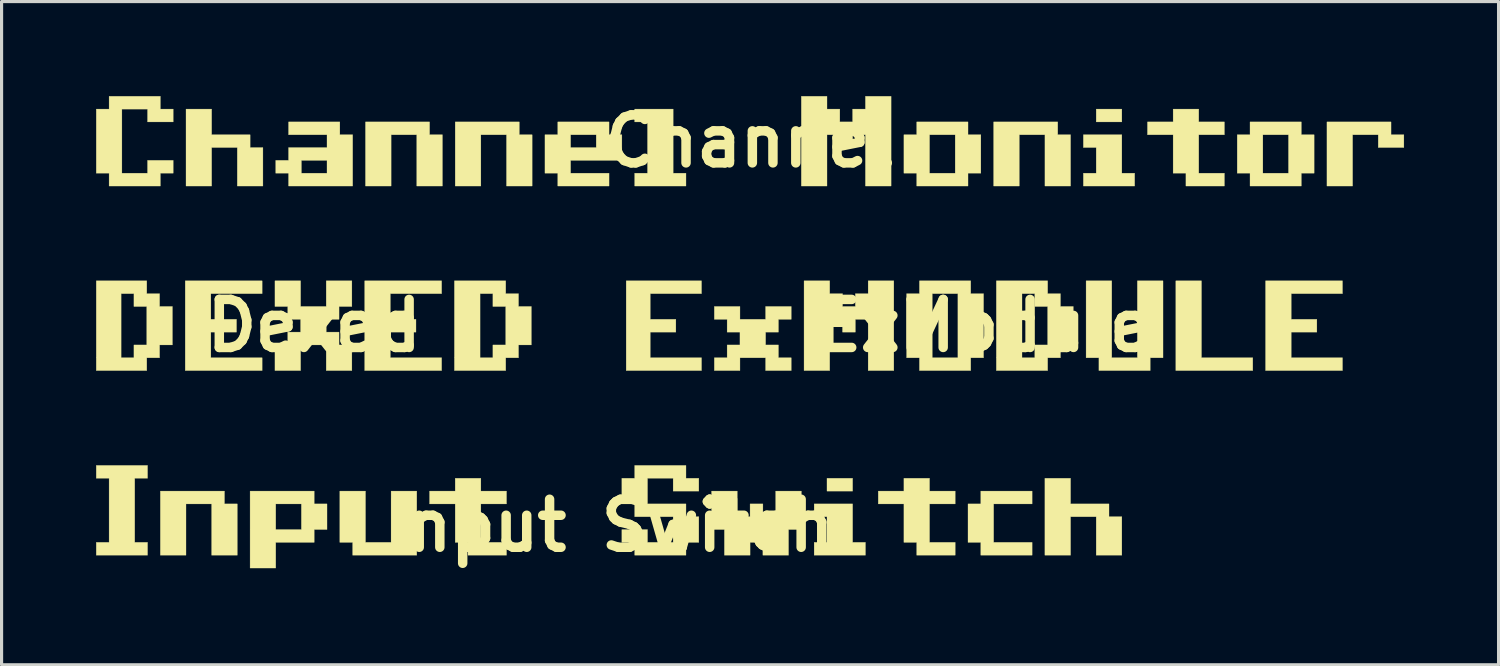
<source format=kicad_pcb>
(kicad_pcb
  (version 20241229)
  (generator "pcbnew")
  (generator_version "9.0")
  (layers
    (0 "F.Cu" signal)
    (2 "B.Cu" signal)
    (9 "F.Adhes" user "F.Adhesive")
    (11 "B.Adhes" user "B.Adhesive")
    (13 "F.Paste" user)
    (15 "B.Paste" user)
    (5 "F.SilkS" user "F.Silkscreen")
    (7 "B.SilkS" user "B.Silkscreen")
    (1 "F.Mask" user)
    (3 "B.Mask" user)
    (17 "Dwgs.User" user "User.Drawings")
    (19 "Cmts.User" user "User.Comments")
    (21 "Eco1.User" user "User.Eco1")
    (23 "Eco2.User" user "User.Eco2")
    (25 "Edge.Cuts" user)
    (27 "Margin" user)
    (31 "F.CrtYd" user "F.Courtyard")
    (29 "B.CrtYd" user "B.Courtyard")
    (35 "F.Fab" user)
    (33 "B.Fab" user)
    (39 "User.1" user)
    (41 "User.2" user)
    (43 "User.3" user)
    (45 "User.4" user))
  (footprint "Input Switch"
    (layer "F.Cu")
    (at 16.277 13.627)
    (property "Reference" "Input Switch" (at 0 0 0) (layer "F.SilkS") (effects (font (size 1.524 1.524) (thickness 0.3))))
    (attr through_hole)
    (fp_poly (pts (xy 7.729 -1.093) (xy 6.916 -1.093) (xy 6.916 -1.5) (xy 7.729 -1.5) (xy 7.729 -1.093)) (stroke (width 0.01) (type solid)) (fill yes) (layer "F.SilkS"))
    (fp_poly (pts (xy -12.204 -0.686) (xy -11.797 -0.686) (xy -11.797 0.941) (xy -12.611 0.941) (xy -12.611 -0.686) (xy -13.425 -0.686) (xy -13.425 0.941) (xy -14.238 0.941) (xy -14.238 -1.093) (xy -12.204 -1.093) (xy -12.204 -0.686)) (stroke (width 0.01) (type solid)) (fill yes) (layer "F.SilkS"))
    (fp_poly (pts (xy -7.729 0.534) (xy -6.916 0.534) (xy -6.916 -1.093) (xy -6.102 -1.093) (xy -6.102 0.941) (xy -8.136 0.941) (xy -8.136 0.534) (xy -8.543 0.534) (xy -8.543 -1.093) (xy -7.729 -1.093) (xy -7.729 0.534)) (stroke (width 0.01) (type solid)) (fill yes) (layer "F.SilkS"))
    (fp_poly (pts (xy 7.729 0.534) (xy 8.136 0.534) (xy 8.136 0.941) (xy 6.509 0.941) (xy 6.509 0.534) (xy 6.916 0.534) (xy 6.916 -0.28) (xy 6.509 -0.28) (xy 6.509 -0.686) (xy 7.729 -0.686) (xy 7.729 0.534)) (stroke (width 0.01) (type solid)) (fill yes) (layer "F.SilkS"))
    (fp_poly (pts (xy -14.645 -1.5) (xy -15.052 -1.5) (xy -15.052 0.534) (xy -14.645 0.534) (xy -14.645 0.941) (xy -16.272 0.941) (xy -16.272 0.534) (xy -15.865 0.534) (xy -15.865 -1.5) (xy -16.272 -1.5) (xy -16.272 -1.907) (xy -14.645 -1.907) (xy -14.645 -1.5)) (stroke (width 0.01) (type solid)) (fill yes) (layer "F.SilkS"))
    (fp_poly (pts (xy 13.425 -0.686) (xy 12.204 -0.686) (xy 12.204 0.534) (xy 13.425 0.534) (xy 13.425 0.941) (xy 11.797 0.941) (xy 11.797 0.534) (xy 11.391 0.534) (xy 11.391 -0.686) (xy 11.797 -0.686) (xy 11.797 -1.093) (xy 13.425 -1.093) (xy 13.425 -0.686)) (stroke (width 0.01) (type solid)) (fill yes) (layer "F.SilkS"))
    (fp_poly (pts (xy 14.645 -0.686) (xy 15.865 -0.686) (xy 15.865 -0.28) (xy 16.272 -0.28) (xy 16.272 0.941) (xy 15.459 0.941) (xy 15.459 -0.28) (xy 14.645 -0.28) (xy 14.645 0.941) (xy 13.831 0.941) (xy 13.831 -1.5) (xy 14.645 -1.5) (xy 14.645 -0.686)) (stroke (width 0.01) (type solid)) (fill yes) (layer "F.SilkS"))
    (fp_poly (pts (xy -4.068 -1.093) (xy -3.254 -1.093) (xy -3.254 -0.686) (xy -4.068 -0.686) (xy -4.068 0.534) (xy -3.254 0.534) (xy -3.254 0.941) (xy -4.475 0.941) (xy -4.475 0.534) (xy -4.882 0.534) (xy -4.882 -0.686) (xy -5.695 -0.686) (xy -5.695 -1.093) (xy -4.882 -1.093) (xy -4.882 -1.5) (xy -4.068 -1.5) (xy -4.068 -1.093)) (stroke (width 0.01) (type solid)) (fill yes) (layer "F.SilkS"))
    (fp_poly (pts (xy 10.17 -1.093) (xy 10.984 -1.093) (xy 10.984 -0.686) (xy 10.17 -0.686) (xy 10.17 0.534) (xy 10.984 0.534) (xy 10.984 0.941) (xy 9.763 0.941) (xy 9.763 0.534) (xy 9.357 0.534) (xy 9.357 -0.686) (xy 8.543 -0.686) (xy 8.543 -1.093) (xy 9.357 -1.093) (xy 9.357 -1.5) (xy 10.17 -1.5) (xy 10.17 -1.093)) (stroke (width 0.01) (type solid)) (fill yes) (layer "F.SilkS"))
    (fp_poly (pts (xy -9.357 -0.686) (xy -8.95 -0.686) (xy -8.95 0.127) (xy -9.357 0.127) (xy -9.357 0.534) (xy -10.577 0.534) (xy -10.577 1.348) (xy -11.391 1.348) (xy -11.391 -0.686) (xy -10.577 -0.686) (xy -10.577 0.127) (xy -9.763 0.127) (xy -9.763 -0.686) (xy -10.577 -0.686) (xy -11.391 -0.686) (xy -11.391 -1.093) (xy -9.357 -1.093) (xy -9.357 -0.686)) (stroke (width 0.01) (type solid)) (fill yes) (layer "F.SilkS"))
    (fp_poly (pts (xy 4.068 -0.28) (xy 4.475 -0.28) (xy 4.475 -0.686) (xy 4.882 -0.686) (xy 4.882 -0.28) (xy 5.288 -0.28) (xy 5.288 -1.093) (xy 6.102 -1.093) (xy 6.102 0.127) (xy 5.695 0.127) (xy 5.695 0.941) (xy 4.882 0.941) (xy 4.882 0.534) (xy 4.475 0.534) (xy 4.475 0.941) (xy 3.661 0.941) (xy 3.661 0.127) (xy 3.254 0.127) (xy 3.254 -1.093) (xy 4.068 -1.093) (xy 4.068 -0.28)) (stroke (width 0.01) (type solid)) (fill yes) (layer "F.SilkS"))
    (fp_poly (pts (xy 2.441 -1.5) (xy 2.848 -1.5) (xy 2.848 -1.093) (xy 2.034 -1.093) (xy 2.034 -1.5) (xy 1.22 -1.5) (xy 1.22 -0.686) (xy 2.441 -0.686) (xy 2.441 -0.28) (xy 2.848 -0.28) (xy 2.848 0.534) (xy 2.441 0.534) (xy 2.441 0.941) (xy 0.814 0.941) (xy 0.814 0.534) (xy 0.407 0.534) (xy 0.407 0.127) (xy 1.22 0.127) (xy 1.22 0.534) (xy 2.034 0.534) (xy 2.034 -0.28) (xy 0.814 -0.28) (xy 0.814 -0.686) (xy 0.407 -0.686) (xy 0.407 -1.5) (xy 0.814 -1.5) (xy 0.814 -1.907) (xy 2.441 -1.907) (xy 2.441 -1.5)) (stroke (width 0.01) (type solid)) (fill yes) (layer "F.SilkS")))
  (footprint "ExModule"
    (layer "F.Cu")
    (at 28.186 7.286)
    (property "Reference" "ExModule" (at 0 0 0) (layer "F.SilkS") (effects (font (size 1.524 1.524) (thickness 0.3))))
    (attr through_hole)
    (fp_poly (pts (xy 6.89 1.017) (xy 8.518 1.017) (xy 8.518 1.424) (xy 6.077 1.424) (xy 6.077 -1.424) (xy 6.89 -1.424) (xy 6.89 1.017)) (stroke (width 0.01) (type solid)) (fill yes) (layer "F.SilkS"))
    (fp_poly (pts (xy -8.975 -1.017) (xy -10.602 -1.017) (xy -10.602 -0.203) (xy -9.789 -0.203) (xy -9.789 0.203) (xy -10.602 0.203) (xy -10.602 1.017) (xy -8.975 1.017) (xy -8.975 1.424) (xy -11.365 1.424) (xy -11.365 -1.424) (xy -8.975 -1.424) (xy -8.975 -1.017)) (stroke (width 0.01) (type solid)) (fill yes) (layer "F.SilkS"))
    (fp_poly (pts (xy 4.043 1.017) (xy 4.856 1.017) (xy 4.856 -1.424) (xy 5.67 -1.424) (xy 5.67 1.017) (xy 5.263 1.017) (xy 5.263 1.424) (xy 3.636 1.424) (xy 3.636 1.017) (xy 3.229 1.017) (xy 3.229 -1.424) (xy 4.043 -1.424) (xy 4.043 1.017)) (stroke (width 0.01) (type solid)) (fill yes) (layer "F.SilkS"))
    (fp_poly (pts (xy 11.365 -1.017) (xy 9.738 -1.017) (xy 9.738 -0.203) (xy 10.552 -0.203) (xy 10.552 0.203) (xy 9.738 0.203) (xy 9.738 1.017) (xy 11.365 1.017) (xy 11.365 1.424) (xy 8.924 1.424) (xy 8.924 -1.424) (xy 11.365 -1.424) (xy 11.365 -1.017)) (stroke (width 0.01) (type solid)) (fill yes) (layer "F.SilkS"))
    (fp_poly (pts (xy -0.432 -1.017) (xy -0.025 -1.017) (xy -0.025 1.017) (xy -0.432 1.017) (xy -0.432 1.424) (xy -2.059 1.424) (xy -2.059 1.017) (xy -2.466 1.017) (xy -2.466 -1.017) (xy -2.059 -1.017) (xy -1.653 -1.017) (xy -1.653 1.017) (xy -0.839 1.017) (xy -0.839 -1.017) (xy -1.653 -1.017) (xy -2.059 -1.017) (xy -2.059 -1.424) (xy -0.432 -1.424) (xy -0.432 -1.017)) (stroke (width 0.01) (type solid)) (fill yes) (layer "F.SilkS"))
    (fp_poly (pts (xy -4.907 -1.017) (xy -4.5 -1.017) (xy -4.5 -0.61) (xy -4.093 -0.61) (xy -4.093 -1.017) (xy -3.687 -1.017) (xy -3.687 -1.424) (xy -2.873 -1.424) (xy -2.873 1.424) (xy -3.687 1.424) (xy -3.687 -0.203) (xy -4.093 -0.203) (xy -4.093 0.203) (xy -4.5 0.203) (xy -4.5 -0.203) (xy -4.907 -0.203) (xy -4.907 1.424) (xy -5.721 1.424) (xy -5.721 -1.424) (xy -4.907 -1.424) (xy -4.907 -1.017)) (stroke (width 0.01) (type solid)) (fill yes) (layer "F.SilkS"))
    (fp_poly (pts (xy 2.009 -1.017) (xy 2.415 -1.017) (xy 2.415 -0.61) (xy 2.822 -0.61) (xy 2.822 0.61) (xy 2.415 0.61) (xy 2.415 1.017) (xy 2.009 1.017) (xy 2.009 1.424) (xy 0.381 1.424) (xy 0.381 -1.017) (xy 1.195 -1.017) (xy 1.195 1.017) (xy 1.602 1.017) (xy 1.602 0.61) (xy 2.009 0.61) (xy 2.009 -0.61) (xy 1.602 -0.61) (xy 1.602 -1.017) (xy 1.195 -1.017) (xy 0.381 -1.017) (xy 0.381 -1.424) (xy 2.009 -1.424) (xy 2.009 -1.017)) (stroke (width 0.01) (type solid)) (fill yes) (layer "F.SilkS"))
    (fp_poly (pts (xy -7.755 -0.203) (xy -6.941 -0.203) (xy -6.941 -0.61) (xy -6.128 -0.61) (xy -6.128 -0.203) (xy -6.534 -0.203) (xy -6.534 0.203) (xy -6.941 0.203) (xy -6.941 0.61) (xy -6.534 0.61) (xy -6.534 1.017) (xy -6.128 1.017) (xy -6.128 1.424) (xy -6.941 1.424) (xy -6.941 1.017) (xy -7.755 1.017) (xy -7.755 1.424) (xy -8.568 1.424) (xy -8.568 1.017) (xy -8.162 1.017) (xy -8.162 0.61) (xy -7.755 0.61) (xy -7.755 0.203) (xy -8.162 0.203) (xy -8.162 -0.203) (xy -8.568 -0.203) (xy -8.568 -0.61) (xy -7.755 -0.61) (xy -7.755 -0.203)) (stroke (width 0.01) (type solid)) (fill yes) (layer "F.SilkS")))
  (footprint "Channel"
    (layer "F.Cu")
    (at 20.752 1.429)
    (property "Reference" "Channel" (at 0 0 0) (layer "F.SilkS") (effects (font (size 1.524 1.524) (thickness 0.3))))
    (attr through_hole)
    (fp_poly (pts (xy 11.797 -0.61) (xy 10.984 -0.61) (xy 10.984 -1.017) (xy 11.797 -1.017) (xy 11.797 -0.61)) (stroke (width 0.01) (type solid)) (fill yes) (layer "F.SilkS"))
    (fp_poly (pts (xy -10.17 -0.203) (xy -9.763 -0.203) (xy -9.763 1.424) (xy -10.577 1.424) (xy -10.577 -0.203) (xy -11.391 -0.203) (xy -11.391 1.424) (xy -12.204 1.424) (xy -12.204 -0.61) (xy -10.17 -0.61) (xy -10.17 -0.203)) (stroke (width 0.01) (type solid)) (fill yes) (layer "F.SilkS"))
    (fp_poly (pts (xy -7.323 -0.203) (xy -6.916 -0.203) (xy -6.916 1.424) (xy -7.729 1.424) (xy -7.729 -0.203) (xy -8.543 -0.203) (xy -8.543 1.424) (xy -9.357 1.424) (xy -9.357 -0.61) (xy -7.323 -0.61) (xy -7.323 -0.203)) (stroke (width 0.01) (type solid)) (fill yes) (layer "F.SilkS"))
    (fp_poly (pts (xy -2.441 1.017) (xy -2.034 1.017) (xy -2.034 1.424) (xy -3.661 1.424) (xy -3.661 1.017) (xy -3.254 1.017) (xy -3.254 -0.61) (xy -3.661 -0.61) (xy -3.661 -1.017) (xy -2.441 -1.017) (xy -2.441 1.017)) (stroke (width 0.01) (type solid)) (fill yes) (layer "F.SilkS"))
    (fp_poly (pts (xy 9.763 -0.203) (xy 10.17 -0.203) (xy 10.17 1.424) (xy 9.357 1.424) (xy 9.357 -0.203) (xy 8.543 -0.203) (xy 8.543 1.424) (xy 7.729 1.424) (xy 7.729 -0.61) (xy 9.763 -0.61) (xy 9.763 -0.203)) (stroke (width 0.01) (type solid)) (fill yes) (layer "F.SilkS"))
    (fp_poly (pts (xy 11.797 1.017) (xy 12.204 1.017) (xy 12.204 1.424) (xy 10.577 1.424) (xy 10.577 1.017) (xy 10.984 1.017) (xy 10.984 0.203) (xy 10.577 0.203) (xy 10.577 -0.203) (xy 11.797 -0.203) (xy 11.797 1.017)) (stroke (width 0.01) (type solid)) (fill yes) (layer "F.SilkS"))
    (fp_poly (pts (xy 20.34 -0.203) (xy 20.747 -0.203) (xy 20.747 0.203) (xy 19.934 0.203) (xy 19.934 -0.203) (xy 19.12 -0.203) (xy 19.12 1.424) (xy 18.306 1.424) (xy 18.306 -0.61) (xy 20.34 -0.61) (xy 20.34 -0.203)) (stroke (width 0.01) (type solid)) (fill yes) (layer "F.SilkS"))
    (fp_poly (pts (xy -17.086 -0.203) (xy -15.865 -0.203) (xy -15.865 0.203) (xy -15.459 0.203) (xy -15.459 1.424) (xy -16.272 1.424) (xy -16.272 0.203) (xy -17.086 0.203) (xy -17.086 1.424) (xy -17.899 1.424) (xy -17.899 -1.017) (xy -17.086 -1.017) (xy -17.086 -0.203)) (stroke (width 0.01) (type solid)) (fill yes) (layer "F.SilkS"))
    (fp_poly (pts (xy 14.238 -0.61) (xy 15.052 -0.61) (xy 15.052 -0.203) (xy 14.238 -0.203) (xy 14.238 1.017) (xy 15.052 1.017) (xy 15.052 1.424) (xy 13.831 1.424) (xy 13.831 1.017) (xy 13.425 1.017) (xy 13.425 -0.203) (xy 12.611 -0.203) (xy 12.611 -0.61) (xy 13.425 -0.61) (xy 13.425 -1.017) (xy 14.238 -1.017) (xy 14.238 -0.61)) (stroke (width 0.01) (type solid)) (fill yes) (layer "F.SilkS"))
    (fp_poly (pts (xy 6.916 -0.203) (xy 7.323 -0.203) (xy 7.323 1.017) (xy 6.916 1.017) (xy 6.916 1.424) (xy 5.288 1.424) (xy 5.288 1.017) (xy 4.882 1.017) (xy 4.882 -0.203) (xy 5.288 -0.203) (xy 5.695 -0.203) (xy 5.695 1.017) (xy 6.509 1.017) (xy 6.509 -0.203) (xy 5.695 -0.203) (xy 5.288 -0.203) (xy 5.288 -0.61) (xy 6.916 -0.61) (xy 6.916 -0.203)) (stroke (width 0.01) (type solid)) (fill yes) (layer "F.SilkS"))
    (fp_poly (pts (xy 17.493 -0.203) (xy 17.899 -0.203) (xy 17.899 1.017) (xy 17.493 1.017) (xy 17.493 1.424) (xy 15.865 1.424) (xy 15.865 1.017) (xy 15.459 1.017) (xy 15.459 -0.203) (xy 15.865 -0.203) (xy 16.272 -0.203) (xy 16.272 1.017) (xy 17.086 1.017) (xy 17.086 -0.203) (xy 16.272 -0.203) (xy 15.865 -0.203) (xy 15.865 -0.61) (xy 17.493 -0.61) (xy 17.493 -0.203)) (stroke (width 0.01) (type solid)) (fill yes) (layer "F.SilkS"))
    (fp_poly (pts (xy -18.713 -1.017) (xy -18.306 -1.017) (xy -18.306 -0.61) (xy -19.12 -0.61) (xy -19.12 -1.017) (xy -19.934 -1.017) (xy -19.934 1.017) (xy -19.12 1.017) (xy -19.12 0.61) (xy -18.306 0.61) (xy -18.306 1.017) (xy -18.713 1.017) (xy -18.713 1.424) (xy -20.34 1.424) (xy -20.34 1.017) (xy -20.747 1.017) (xy -20.747 -1.017) (xy -20.34 -1.017) (xy -20.34 -1.424) (xy -18.713 -1.424) (xy -18.713 -1.017)) (stroke (width 0.01) (type solid)) (fill yes) (layer "F.SilkS"))
    (fp_poly (pts (xy -13.018 -0.203) (xy -12.611 -0.203) (xy -12.611 1.424) (xy -14.645 1.424) (xy -14.645 1.017) (xy -15.052 1.017) (xy -15.052 0.61) (xy -14.645 0.61) (xy -14.238 0.61) (xy -14.238 1.017) (xy -13.425 1.017) (xy -13.425 0.61) (xy -14.238 0.61) (xy -14.645 0.61) (xy -14.645 0.203) (xy -13.425 0.203) (xy -13.425 -0.203) (xy -14.645 -0.203) (xy -14.645 -0.61) (xy -13.018 -0.61) (xy -13.018 -0.203)) (stroke (width 0.01) (type solid)) (fill yes) (layer "F.SilkS"))
    (fp_poly (pts (xy -4.475 -0.203) (xy -4.068 -0.203) (xy -4.068 0.61) (xy -5.695 0.61) (xy -5.695 1.017) (xy -4.475 1.017) (xy -4.475 1.424) (xy -6.102 1.424) (xy -6.102 1.017) (xy -6.509 1.017) (xy -6.509 -0.203) (xy -6.102 -0.203) (xy -5.695 -0.203) (xy -5.695 0.203) (xy -4.882 0.203) (xy -4.882 -0.203) (xy -5.695 -0.203) (xy -6.102 -0.203) (xy -6.102 -0.61) (xy -4.475 -0.61) (xy -4.475 -0.203)) (stroke (width 0.01) (type solid)) (fill yes) (layer "F.SilkS"))
    (fp_poly (pts (xy 2.441 -1.017) (xy 2.848 -1.017) (xy 2.848 -0.61) (xy 3.254 -0.61) (xy 3.254 -1.017) (xy 3.661 -1.017) (xy 3.661 -1.424) (xy 4.475 -1.424) (xy 4.475 1.424) (xy 3.661 1.424) (xy 3.661 -0.203) (xy 3.254 -0.203) (xy 3.254 0.203) (xy 2.848 0.203) (xy 2.848 -0.203) (xy 2.441 -0.203) (xy 2.441 1.424) (xy 1.627 1.424) (xy 1.627 -1.424) (xy 2.441 -1.424) (xy 2.441 -1.017)) (stroke (width 0.01) (type solid)) (fill yes) (layer "F.SilkS")))
  (footprint "Dexed"
    (layer "F.Cu")
    (at 6.921 7.286)
    (property "Reference" "Dexed" (at 0 0 0) (layer "F.SilkS") (effects (font (size 1.524 1.524) (thickness 0.3))))
    (attr through_hole)
    (fp_poly (pts (xy -1.653 -1.017) (xy -3.28 -1.017) (xy -3.28 -0.203) (xy -2.466 -0.203) (xy -2.466 0.203) (xy -3.28 0.203) (xy -3.28 1.017) (xy -1.653 1.017) (xy -1.653 1.424) (xy -4.093 1.424) (xy -4.093 -1.424) (xy -1.653 -1.424) (xy -1.653 -1.017)) (stroke (width 0.01) (type solid)) (fill yes) (layer "F.SilkS"))
    (fp_poly (pts (xy 4.043 -1.017) (xy 2.415 -1.017) (xy 2.415 -0.203) (xy 3.229 -0.203) (xy 3.229 0.203) (xy 2.415 0.203) (xy 2.415 1.017) (xy 4.043 1.017) (xy 4.043 1.424) (xy 1.602 1.424) (xy 1.602 -1.424) (xy 4.043 -1.424) (xy 4.043 -1.017)) (stroke (width 0.01) (type solid)) (fill yes) (layer "F.SilkS"))
    (fp_poly (pts (xy -5.314 -1.017) (xy -4.907 -1.017) (xy -4.907 -0.61) (xy -4.5 -0.61) (xy -4.5 0.61) (xy -4.907 0.61) (xy -4.907 1.017) (xy -5.314 1.017) (xy -5.314 1.424) (xy -6.916 1.424) (xy -6.916 -1.017) (xy -6.128 -1.017) (xy -6.128 1.017) (xy -5.721 1.017) (xy -5.721 0.61) (xy -5.314 0.61) (xy -5.314 -0.61) (xy -5.721 -0.61) (xy -5.721 -1.017) (xy -6.128 -1.017) (xy -6.916 -1.017) (xy -6.916 -1.424) (xy -5.314 -1.424) (xy -5.314 -1.017)) (stroke (width 0.01) (type solid)) (fill yes) (layer "F.SilkS"))
    (fp_poly (pts (xy 6.077 -1.017) (xy 6.483 -1.017) (xy 6.483 -0.61) (xy 6.89 -0.61) (xy 6.89 0.61) (xy 6.483 0.61) (xy 6.483 1.017) (xy 6.077 1.017) (xy 6.077 1.424) (xy 4.449 1.424) (xy 4.449 -1.017) (xy 5.263 -1.017) (xy 5.263 1.017) (xy 5.67 1.017) (xy 5.67 0.61) (xy 6.077 0.61) (xy 6.077 -0.61) (xy 5.67 -0.61) (xy 5.67 -1.017) (xy 5.263 -1.017) (xy 4.449 -1.017) (xy 4.449 -1.424) (xy 6.077 -1.424) (xy 6.077 -1.017)) (stroke (width 0.01) (type solid)) (fill yes) (layer "F.SilkS"))
    (fp_poly (pts (xy -0.432 -0.61) (xy 0.381 -0.61) (xy 0.381 -1.424) (xy 1.195 -1.424) (xy 1.195 -0.61) (xy 0.788 -0.61) (xy 0.788 -0.203) (xy 0.381 -0.203) (xy 0.381 0.203) (xy 0.788 0.203) (xy 0.788 0.61) (xy 1.195 0.61) (xy 1.195 1.424) (xy 0.381 1.424) (xy 0.381 0.61) (xy -0.432 0.61) (xy -0.432 1.424) (xy -1.246 1.424) (xy -1.246 0.61) (xy -0.839 0.61) (xy -0.839 0.203) (xy -0.432 0.203) (xy -0.432 -0.203) (xy -0.839 -0.203) (xy -0.839 -0.61) (xy -1.246 -0.61) (xy -1.246 -1.424) (xy -0.432 -1.424) (xy -0.432 -0.61)) (stroke (width 0.01) (type solid)) (fill yes) (layer "F.SilkS")))
  (gr_rect
    (start -3 -3)
    (end 44.504 18.045)
    (stroke (width 0.1) (type default))
    (fill no)
    (layer "Edge.Cuts")))
</source>
